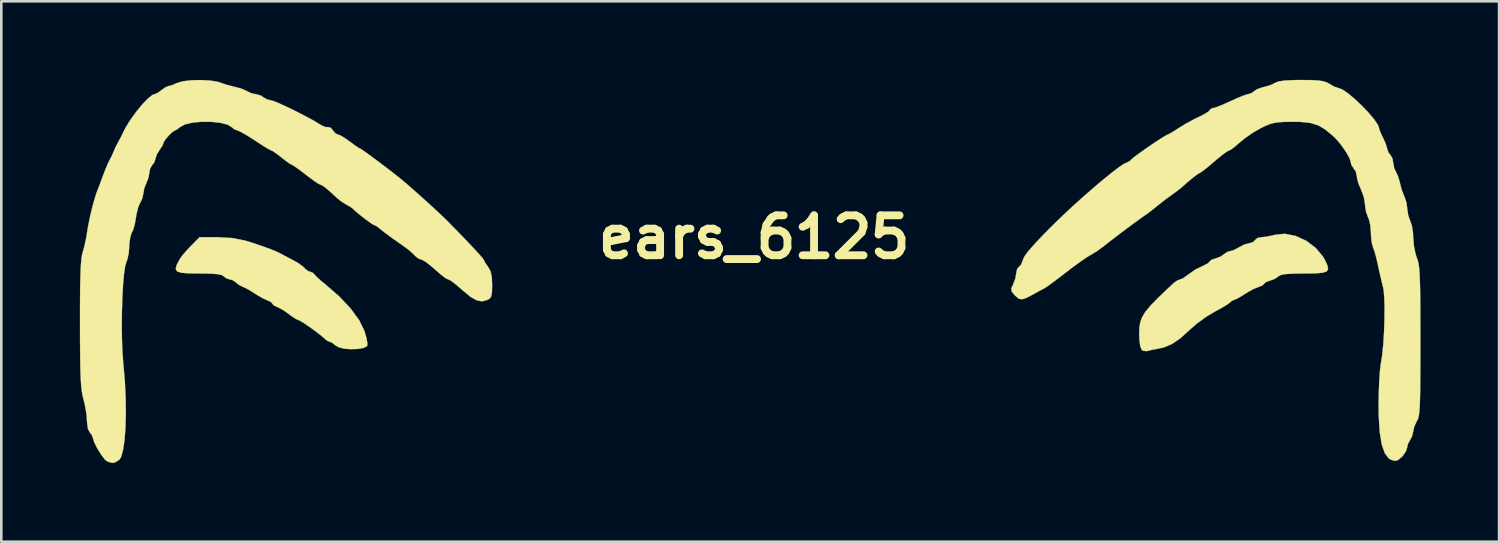
<source format=kicad_pcb>
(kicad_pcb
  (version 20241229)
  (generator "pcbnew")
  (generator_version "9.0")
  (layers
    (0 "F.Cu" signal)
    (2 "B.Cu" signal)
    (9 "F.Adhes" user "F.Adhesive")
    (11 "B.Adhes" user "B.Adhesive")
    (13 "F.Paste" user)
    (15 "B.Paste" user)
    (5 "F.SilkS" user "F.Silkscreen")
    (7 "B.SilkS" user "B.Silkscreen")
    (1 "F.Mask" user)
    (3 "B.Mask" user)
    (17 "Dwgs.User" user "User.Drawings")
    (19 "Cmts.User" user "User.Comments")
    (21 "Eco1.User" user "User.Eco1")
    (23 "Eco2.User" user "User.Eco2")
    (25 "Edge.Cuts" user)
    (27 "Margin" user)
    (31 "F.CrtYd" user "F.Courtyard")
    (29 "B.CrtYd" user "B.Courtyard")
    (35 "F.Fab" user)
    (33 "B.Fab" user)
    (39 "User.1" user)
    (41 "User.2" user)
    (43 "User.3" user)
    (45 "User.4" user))
  (footprint "ears_6125"
    (layer "F.Cu")
    (at 25.748 6.008)
    (property "Reference" "ears_6125" (at 0 0 0) (layer "F.SilkS") (effects (font (size 1.524 1.524) (thickness 0.3))))
    (attr through_hole)
    (fp_poly (pts (xy -19.931 0.031) (xy -19.436 0.128) (xy -19.325 0.161) (xy -18.843 0.321) (xy -18.454 0.461) (xy -18.181 0.575) (xy -18.088 0.622) (xy -17.939 0.704) (xy -17.742 0.805) (xy -17.742 0.805) (xy -17.4 0.993) (xy -17.195 1.148) (xy -17.141 1.212) (xy -17.02 1.3) (xy -16.972 1.308) (xy -16.839 1.367) (xy -16.802 1.41) (xy -16.712 1.509) (xy -16.54 1.665) (xy -16.356 1.816) (xy -15.838 2.266) (xy -15.408 2.724) (xy -15.084 3.167) (xy -14.884 3.575) (xy -14.878 3.591) (xy -14.805 3.848) (xy -14.768 4.052) (xy -14.775 4.151) (xy -14.896 4.223) (xy -15.128 4.266) (xy -15.426 4.274) (xy -15.638 4.258) (xy -15.851 4.207) (xy -16.001 4.126) (xy -16.013 4.114) (xy -16.13 4.019) (xy -16.186 4.002) (xy -16.301 3.954) (xy -16.388 3.884) (xy -16.536 3.756) (xy -16.744 3.595) (xy -16.975 3.428) (xy -17.19 3.282) (xy -17.352 3.183) (xy -17.417 3.156) (xy -17.516 3.112) (xy -17.683 3) (xy -17.769 2.935) (xy -17.979 2.787) (xy -18.171 2.681) (xy -18.223 2.661) (xy -18.357 2.594) (xy -18.396 2.54) (xy -18.46 2.469) (xy -18.569 2.42) (xy -18.736 2.346) (xy -18.959 2.219) (xy -19.062 2.153) (xy -19.282 2.016) (xy -19.474 1.915) (xy -19.536 1.89) (xy -19.711 1.796) (xy -19.784 1.729) (xy -19.931 1.632) (xy -20.012 1.616) (xy -20.174 1.561) (xy -20.243 1.501) (xy -20.324 1.447) (xy -20.478 1.412) (xy -20.729 1.392) (xy -21.104 1.386) (xy -21.179 1.385) (xy -21.599 1.38) (xy -21.88 1.357) (xy -22.039 1.303) (xy -22.09 1.206) (xy -22.049 1.054) (xy -21.932 0.835) (xy -21.914 0.805) (xy -21.809 0.664) (xy -21.637 0.467) (xy -21.5 0.324) (xy -21.179 0) (xy -20.505 0) (xy -19.931 0.031)) (stroke (width 0.01) (type solid)) (fill yes) (layer "F.SilkS"))
    (fp_poly (pts (xy 20.674 -0.05) (xy 21.081 0.136) (xy 21.444 0.409) (xy 21.727 0.75) (xy 21.79 0.861) (xy 21.886 1.068) (xy 21.916 1.212) (xy 21.863 1.304) (xy 21.71 1.356) (xy 21.439 1.38) (xy 21.033 1.385) (xy 20.986 1.385) (xy 20.574 1.391) (xy 20.292 1.407) (xy 20.116 1.439) (xy 20.024 1.488) (xy 20.016 1.496) (xy 19.876 1.593) (xy 19.699 1.656) (xy 19.54 1.711) (xy 19.473 1.775) (xy 19.473 1.775) (xy 19.408 1.842) (xy 19.267 1.896) (xy 19.08 1.97) (xy 18.844 2.099) (xy 18.737 2.167) (xy 18.536 2.293) (xy 18.383 2.372) (xy 18.336 2.386) (xy 18.225 2.439) (xy 18.181 2.482) (xy 18.076 2.563) (xy 17.874 2.686) (xy 17.616 2.827) (xy 17.58 2.846) (xy 17.247 3.047) (xy 16.895 3.304) (xy 16.631 3.535) (xy 16.272 3.86) (xy 15.957 4.076) (xy 15.645 4.207) (xy 15.405 4.261) (xy 15.182 4.302) (xy 15.017 4.343) (xy 14.994 4.35) (xy 14.855 4.338) (xy 14.795 4.297) (xy 14.743 4.167) (xy 14.71 3.925) (xy 14.701 3.691) (xy 14.709 3.452) (xy 14.742 3.246) (xy 14.814 3.052) (xy 14.939 2.849) (xy 15.13 2.617) (xy 15.402 2.336) (xy 15.767 1.985) (xy 16.019 1.751) (xy 16.162 1.648) (xy 16.254 1.616) (xy 16.376 1.569) (xy 16.485 1.488) (xy 16.859 1.228) (xy 17.183 1.072) (xy 17.334 0.992) (xy 17.395 0.922) (xy 17.461 0.863) (xy 17.62 0.809) (xy 17.621 0.809) (xy 17.816 0.737) (xy 17.938 0.649) (xy 18.08 0.554) (xy 18.155 0.538) (xy 18.301 0.497) (xy 18.491 0.398) (xy 18.511 0.385) (xy 18.714 0.28) (xy 18.896 0.232) (xy 18.907 0.231) (xy 19.059 0.183) (xy 19.116 0.115) (xy 19.218 0.029) (xy 19.366 0) (xy 19.576 -0.023) (xy 19.83 -0.078) (xy 19.873 -0.09) (xy 20.26 -0.131) (xy 20.674 -0.05)) (stroke (width 0.01) (type solid)) (fill yes) (layer "F.SilkS"))
    (fp_poly (pts (xy 21.289 -5.999) (xy 21.563 -5.983) (xy 21.753 -5.951) (xy 21.895 -5.897) (xy 21.975 -5.85) (xy 22.159 -5.747) (xy 22.302 -5.697) (xy 22.313 -5.696) (xy 22.463 -5.64) (xy 22.681 -5.49) (xy 22.938 -5.274) (xy 23.208 -5.019) (xy 23.462 -4.752) (xy 23.674 -4.5) (xy 23.816 -4.291) (xy 23.861 -4.163) (xy 23.895 -4.047) (xy 23.98 -3.859) (xy 24.015 -3.792) (xy 24.112 -3.581) (xy 24.165 -3.411) (xy 24.168 -3.378) (xy 24.224 -3.225) (xy 24.284 -3.156) (xy 24.372 -3.01) (xy 24.399 -2.856) (xy 24.439 -2.638) (xy 24.504 -2.499) (xy 24.589 -2.32) (xy 24.656 -2.087) (xy 24.661 -2.062) (xy 24.729 -1.804) (xy 24.821 -1.57) (xy 24.825 -1.562) (xy 24.906 -1.328) (xy 24.94 -1.078) (xy 24.975 -0.831) (xy 25.054 -0.616) (xy 25.116 -0.431) (xy 25.157 -0.164) (xy 25.166 0.018) (xy 25.193 0.335) (xy 25.258 0.651) (xy 25.304 0.787) (xy 25.339 0.887) (xy 25.368 1.007) (xy 25.39 1.163) (xy 25.408 1.372) (xy 25.42 1.65) (xy 25.429 2.012) (xy 25.435 2.476) (xy 25.437 3.058) (xy 25.438 3.773) (xy 25.438 3.967) (xy 25.438 4.712) (xy 25.436 5.318) (xy 25.432 5.802) (xy 25.424 6.178) (xy 25.414 6.463) (xy 25.399 6.671) (xy 25.379 6.819) (xy 25.353 6.922) (xy 25.321 6.995) (xy 25.304 7.024) (xy 25.206 7.228) (xy 25.167 7.406) (xy 25.118 7.609) (xy 25.051 7.731) (xy 24.961 7.9) (xy 24.938 8.009) (xy 24.885 8.179) (xy 24.758 8.361) (xy 24.602 8.5) (xy 24.485 8.544) (xy 24.313 8.497) (xy 24.232 8.447) (xy 24.078 8.243) (xy 23.963 7.909) (xy 23.886 7.44) (xy 23.848 6.83) (xy 23.843 6.35) (xy 23.851 5.907) (xy 23.868 5.486) (xy 23.892 5.126) (xy 23.921 4.867) (xy 23.932 4.811) (xy 23.98 4.505) (xy 24.02 4.107) (xy 24.049 3.654) (xy 24.066 3.184) (xy 24.071 2.733) (xy 24.062 2.34) (xy 24.038 2.041) (xy 24.017 1.924) (xy 23.952 1.66) (xy 23.875 1.325) (xy 23.817 1.055) (xy 23.751 0.768) (xy 23.683 0.526) (xy 23.631 0.387) (xy 23.585 0.228) (xy 23.556 -0.017) (xy 23.55 -0.168) (xy 23.528 -0.443) (xy 23.474 -0.682) (xy 23.437 -0.77) (xy 23.361 -0.98) (xy 23.325 -1.232) (xy 23.325 -1.251) (xy 23.284 -1.514) (xy 23.188 -1.786) (xy 23.168 -1.827) (xy 23.069 -2.061) (xy 23.016 -2.278) (xy 23.014 -2.318) (xy 22.973 -2.508) (xy 22.898 -2.617) (xy 22.8 -2.767) (xy 22.783 -2.853) (xy 22.734 -3.015) (xy 22.607 -3.246) (xy 22.429 -3.502) (xy 22.23 -3.742) (xy 22.116 -3.855) (xy 21.815 -4.107) (xy 21.54 -4.271) (xy 21.241 -4.363) (xy 20.87 -4.403) (xy 20.561 -4.408) (xy 20.198 -4.402) (xy 19.937 -4.38) (xy 19.726 -4.333) (xy 19.515 -4.249) (xy 19.348 -4.168) (xy 19.038 -3.989) (xy 18.728 -3.773) (xy 18.543 -3.62) (xy 18.351 -3.453) (xy 18.197 -3.34) (xy 18.129 -3.31) (xy 18.037 -3.262) (xy 17.864 -3.135) (xy 17.641 -2.953) (xy 17.563 -2.886) (xy 17.335 -2.692) (xy 17.15 -2.545) (xy 17.04 -2.468) (xy 17.025 -2.462) (xy 16.937 -2.413) (xy 16.767 -2.284) (xy 16.544 -2.099) (xy 16.318 -1.9) (xy 16.181 -1.79) (xy 15.986 -1.647) (xy 15.933 -1.61) (xy 15.694 -1.435) (xy 15.44 -1.236) (xy 15.388 -1.193) (xy 15.178 -1.024) (xy 14.985 -0.88) (xy 14.936 -0.847) (xy 14.777 -0.736) (xy 14.532 -0.558) (xy 14.236 -0.339) (xy 13.925 -0.105) (xy 13.635 0.117) (xy 13.4 0.3) (xy 13.334 0.353) (xy 13.102 0.522) (xy 12.863 0.669) (xy 12.834 0.684) (xy 12.671 0.784) (xy 12.425 0.954) (xy 12.132 1.169) (xy 11.892 1.353) (xy 11.604 1.575) (xy 11.353 1.763) (xy 11.168 1.895) (xy 11.084 1.949) (xy 10.951 2.017) (xy 10.745 2.13) (xy 10.629 2.195) (xy 10.379 2.326) (xy 10.214 2.373) (xy 10.087 2.338) (xy 9.955 2.221) (xy 9.941 2.206) (xy 9.83 2.069) (xy 9.82 1.954) (xy 9.888 1.802) (xy 9.973 1.576) (xy 10.006 1.374) (xy 10.041 1.209) (xy 10.111 1.131) (xy 10.199 1.033) (xy 10.261 0.862) (xy 10.323 0.728) (xy 10.474 0.524) (xy 10.721 0.243) (xy 11.072 -0.126) (xy 11.405 -0.461) (xy 11.767 -0.813) (xy 12.159 -1.179) (xy 12.563 -1.543) (xy 12.961 -1.891) (xy 13.335 -2.207) (xy 13.668 -2.476) (xy 13.94 -2.682) (xy 14.134 -2.811) (xy 14.224 -2.848) (xy 14.331 -2.901) (xy 14.388 -2.956) (xy 14.482 -3.039) (xy 14.666 -3.177) (xy 14.906 -3.348) (xy 15.169 -3.53) (xy 15.423 -3.7) (xy 15.635 -3.835) (xy 15.772 -3.914) (xy 15.803 -3.925) (xy 15.887 -3.965) (xy 16.054 -4.067) (xy 16.193 -4.158) (xy 16.468 -4.327) (xy 16.792 -4.503) (xy 16.966 -4.587) (xy 17.192 -4.701) (xy 17.347 -4.8) (xy 17.395 -4.855) (xy 17.457 -4.918) (xy 17.508 -4.926) (xy 17.627 -4.958) (xy 17.842 -5.041) (xy 18.113 -5.161) (xy 18.188 -5.195) (xy 18.467 -5.322) (xy 18.703 -5.416) (xy 18.854 -5.463) (xy 18.874 -5.465) (xy 19.023 -5.52) (xy 19.082 -5.572) (xy 19.214 -5.657) (xy 19.42 -5.726) (xy 19.453 -5.733) (xy 19.688 -5.798) (xy 19.879 -5.887) (xy 19.891 -5.895) (xy 20.029 -5.95) (xy 20.269 -5.984) (xy 20.63 -6.001) (xy 20.895 -6.003) (xy 21.289 -5.999)) (stroke (width 0.01) (type solid)) (fill yes) (layer "F.SilkS"))
    (fp_poly (pts (xy -20.782 -5.983) (xy -20.486 -5.936) (xy -20.375 -5.9) (xy -20.125 -5.815) (xy -19.848 -5.745) (xy -19.824 -5.74) (xy -19.584 -5.675) (xy -19.388 -5.589) (xy -19.364 -5.574) (xy -19.17 -5.486) (xy -19.038 -5.465) (xy -18.847 -5.414) (xy -18.753 -5.349) (xy -18.582 -5.253) (xy -18.473 -5.234) (xy -18.351 -5.199) (xy -18.127 -5.107) (xy -17.834 -4.972) (xy -17.505 -4.812) (xy -17.171 -4.641) (xy -16.867 -4.478) (xy -16.625 -4.337) (xy -16.528 -4.274) (xy -16.372 -4.206) (xy -16.276 -4.207) (xy -16.167 -4.178) (xy -16.09 -4.085) (xy -15.984 -3.96) (xy -15.903 -3.925) (xy -15.789 -3.881) (xy -15.604 -3.768) (xy -15.448 -3.656) (xy -15.25 -3.51) (xy -15.103 -3.412) (xy -15.049 -3.387) (xy -14.975 -3.343) (xy -14.807 -3.225) (xy -14.572 -3.053) (xy -14.298 -2.848) (xy -14.011 -2.631) (xy -13.74 -2.422) (xy -13.512 -2.241) (xy -13.393 -2.143) (xy -13.103 -1.892) (xy -12.768 -1.596) (xy -12.424 -1.286) (xy -12.106 -0.994) (xy -11.849 -0.751) (xy -11.743 -0.647) (xy -11.361 -0.26) (xy -11.018 0.095) (xy -10.727 0.403) (xy -10.504 0.647) (xy -10.361 0.812) (xy -10.314 0.883) (xy -10.271 0.976) (xy -10.166 1.126) (xy -10.16 1.134) (xy -10.065 1.301) (xy -10.018 1.528) (xy -10.006 1.821) (xy -10.012 2.093) (xy -10.038 2.253) (xy -10.098 2.342) (xy -10.193 2.397) (xy -10.39 2.449) (xy -10.596 2.411) (xy -10.836 2.273) (xy -11.139 2.023) (xy -11.161 2.003) (xy -11.377 1.816) (xy -11.556 1.679) (xy -11.664 1.618) (xy -11.67 1.617) (xy -11.775 1.569) (xy -11.941 1.446) (xy -12.035 1.366) (xy -12.336 1.102) (xy -12.548 0.937) (xy -12.686 0.858) (xy -12.737 0.847) (xy -12.85 0.796) (xy -12.947 0.712) (xy -13.056 0.602) (xy -13.176 0.497) (xy -13.342 0.372) (xy -13.588 0.198) (xy -13.704 0.117) (xy -13.949 -0.058) (xy -14.164 -0.22) (xy -14.283 -0.318) (xy -14.421 -0.424) (xy -14.506 -0.462) (xy -14.59 -0.506) (xy -14.75 -0.618) (xy -14.945 -0.765) (xy -15.134 -0.916) (xy -15.275 -1.039) (xy -15.317 -1.083) (xy -15.408 -1.152) (xy -15.543 -1.23) (xy -15.682 -1.309) (xy -15.809 -1.398) (xy -15.965 -1.531) (xy -16.19 -1.737) (xy -16.206 -1.751) (xy -16.379 -1.899) (xy -16.514 -1.989) (xy -16.552 -2.001) (xy -16.645 -2.046) (xy -16.823 -2.165) (xy -17.052 -2.335) (xy -17.118 -2.386) (xy -17.352 -2.565) (xy -17.54 -2.7) (xy -17.65 -2.767) (xy -17.662 -2.771) (xy -17.747 -2.816) (xy -17.908 -2.932) (xy -18.044 -3.04) (xy -18.236 -3.189) (xy -18.38 -3.287) (xy -18.431 -3.31) (xy -18.517 -3.35) (xy -18.698 -3.457) (xy -18.941 -3.613) (xy -19.065 -3.695) (xy -19.332 -3.866) (xy -19.558 -3.998) (xy -19.707 -4.071) (xy -19.74 -4.079) (xy -19.871 -4.133) (xy -19.929 -4.188) (xy -20.101 -4.295) (xy -20.381 -4.368) (xy -20.727 -4.406) (xy -21.097 -4.408) (xy -21.449 -4.375) (xy -21.742 -4.305) (xy -21.924 -4.206) (xy -22.049 -4.109) (xy -22.112 -4.079) (xy -22.205 -4.026) (xy -22.341 -3.898) (xy -22.47 -3.749) (xy -22.547 -3.63) (xy -22.552 -3.607) (xy -22.596 -3.495) (xy -22.702 -3.336) (xy -22.706 -3.331) (xy -22.815 -3.152) (xy -22.86 -3.001) (xy -22.915 -2.84) (xy -22.975 -2.771) (xy -23.065 -2.624) (xy -23.094 -2.473) (xy -23.135 -2.249) (xy -23.206 -2.078) (xy -23.291 -1.862) (xy -23.319 -1.691) (xy -23.366 -1.475) (xy -23.441 -1.327) (xy -23.519 -1.152) (xy -23.584 -0.897) (xy -23.606 -0.752) (xy -23.652 -0.489) (xy -23.718 -0.271) (xy -23.757 -0.195) (xy -23.818 -0.029) (xy -23.856 0.216) (xy -23.861 0.344) (xy -23.883 0.619) (xy -23.939 0.863) (xy -23.971 0.94) (xy -24.022 1.118) (xy -24.065 1.422) (xy -24.1 1.826) (xy -24.126 2.302) (xy -24.142 2.824) (xy -24.147 3.365) (xy -24.141 3.897) (xy -24.122 4.393) (xy -24.09 4.827) (xy -24.084 4.888) (xy -24.03 5.511) (xy -23.999 6.131) (xy -23.992 6.725) (xy -24.007 7.271) (xy -24.043 7.746) (xy -24.099 8.127) (xy -24.174 8.392) (xy -24.229 8.486) (xy -24.394 8.595) (xy -24.515 8.621) (xy -24.7 8.564) (xy -24.798 8.486) (xy -24.948 8.283) (xy -25.092 8.048) (xy -25.201 7.83) (xy -25.246 7.682) (xy -25.246 7.678) (xy -25.301 7.534) (xy -25.362 7.466) (xy -25.443 7.312) (xy -25.477 7.043) (xy -25.477 7.011) (xy -25.5 6.73) (xy -25.558 6.396) (xy -25.609 6.193) (xy -25.647 6.04) (xy -25.677 5.864) (xy -25.7 5.644) (xy -25.718 5.363) (xy -25.73 5.002) (xy -25.737 4.542) (xy -25.742 3.964) (xy -25.743 3.31) (xy -25.743 2.575) (xy -25.738 1.979) (xy -25.729 1.508) (xy -25.715 1.145) (xy -25.695 0.877) (xy -25.669 0.689) (xy -25.641 0.577) (xy -25.568 0.314) (xy -25.502 -0.005) (xy -25.479 -0.154) (xy -25.426 -0.469) (xy -25.347 -0.842) (xy -25.255 -1.217) (xy -25.164 -1.541) (xy -25.099 -1.732) (xy -25.039 -1.885) (xy -24.949 -2.124) (xy -24.866 -2.348) (xy -24.766 -2.609) (xy -24.676 -2.821) (xy -24.625 -2.925) (xy -24.534 -3.095) (xy -24.508 -3.156) (xy -24.383 -3.446) (xy -24.256 -3.687) (xy -24.252 -3.695) (xy -24.159 -3.865) (xy -24.133 -3.925) (xy -23.998 -4.195) (xy -23.809 -4.496) (xy -23.59 -4.798) (xy -23.362 -5.075) (xy -23.15 -5.296) (xy -22.977 -5.434) (xy -22.891 -5.464) (xy -22.777 -5.511) (xy -22.629 -5.619) (xy -22.473 -5.729) (xy -22.357 -5.773) (xy -22.226 -5.806) (xy -22.043 -5.887) (xy -22.041 -5.888) (xy -21.822 -5.954) (xy -21.503 -5.992) (xy -21.139 -6.002) (xy -20.782 -5.983)) (stroke (width 0.01) (type solid)) (fill yes) (layer "F.SilkS")))
  (gr_rect
    (start -3 -3)
    (end 54.192 17.634)
    (stroke (width 0.1) (type default))
    (fill no)
    (layer "Edge.Cuts")))
</source>
